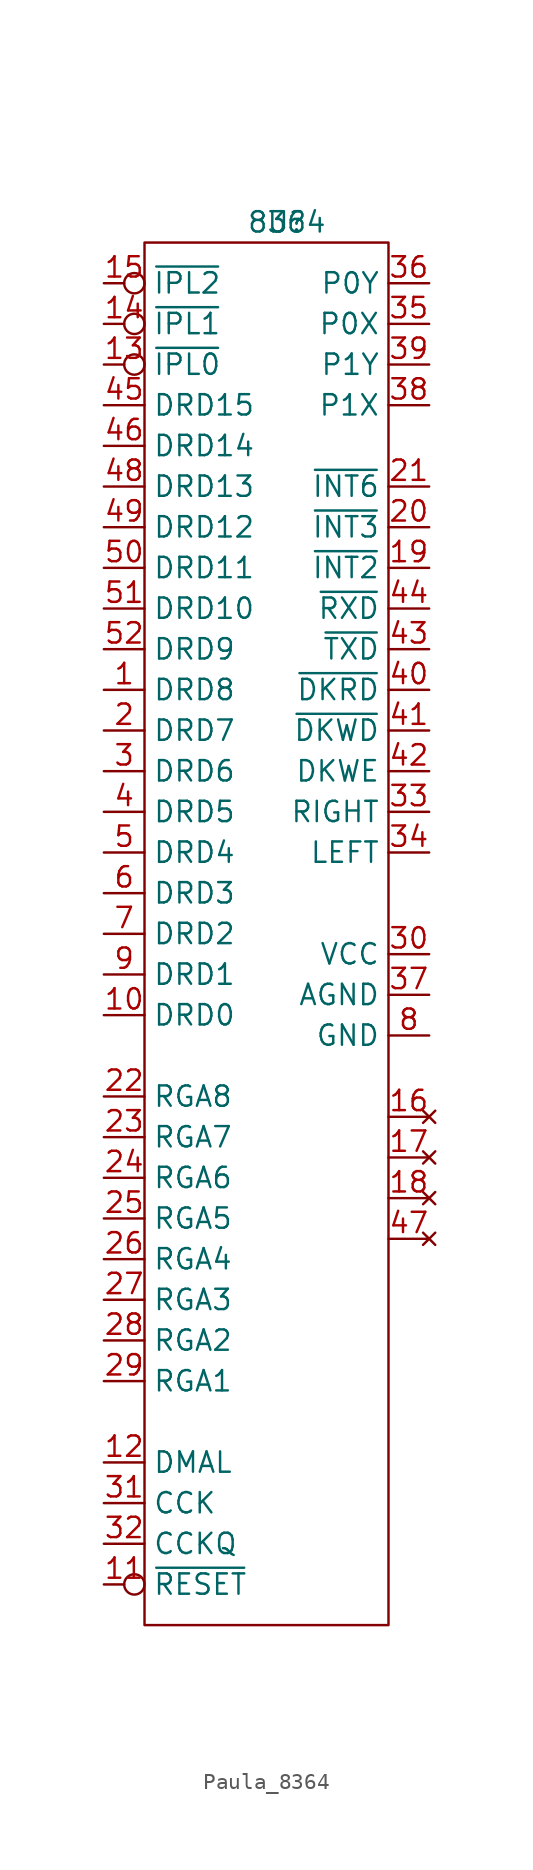
<source format=kicad_sym>
(kicad_symbol_lib
  (version 20241209)
  (generator "kicad_symbol_editor")
  (generator_version "9.0")
  (symbol "Paula_8364"
    (property "Reference" "U"
      (at 0 0 0)
      (effects (font (size 1.27 1.27))))
    (property "Value" "8364"
      (at 0 0 0)
      (effects (font (size 1.27 1.27))))
    (symbol "Paula_8364_0_1"
      (rectangle (start -8.89 -1.27) (end 6.35 -87.63) (stroke (width 0) (type default)) (fill (type none))))
    (symbol "Paula_8364_1_1"
      (pin output inverted (at -11.43 -3.81 0) (length 2.54) (name "~{IPL2}" (effects (font (size 1.27 1.27)))) (number "15" (effects (font (size 1.27 1.27)))))
      (pin output inverted (at -11.43 -6.35 0) (length 2.54) (name "~{IPL1}" (effects (font (size 1.27 1.27)))) (number "14" (effects (font (size 1.27 1.27)))))
      (pin output inverted (at -11.43 -8.89 0) (length 2.54) (name "~{IPL0}" (effects (font (size 1.27 1.27)))) (number "13" (effects (font (size 1.27 1.27)))))
      (pin bidirectional line (at -11.43 -11.43 0) (length 2.54) (name "DRD15" (effects (font (size 1.27 1.27)))) (number "45" (effects (font (size 1.27 1.27)))))
      (pin bidirectional line (at -11.43 -13.97 0) (length 2.54) (name "DRD14" (effects (font (size 1.27 1.27)))) (number "46" (effects (font (size 1.27 1.27)))))
      (pin bidirectional line (at -11.43 -16.51 0) (length 2.54) (name "DRD13" (effects (font (size 1.27 1.27)))) (number "48" (effects (font (size 1.27 1.27)))))
      (pin bidirectional line (at -11.43 -19.05 0) (length 2.54) (name "DRD12" (effects (font (size 1.27 1.27)))) (number "49" (effects (font (size 1.27 1.27)))))
      (pin bidirectional line (at -11.43 -21.59 0) (length 2.54) (name "DRD11" (effects (font (size 1.27 1.27)))) (number "50" (effects (font (size 1.27 1.27)))))
      (pin bidirectional line (at -11.43 -24.13 0) (length 2.54) (name "DRD10" (effects (font (size 1.27 1.27)))) (number "51" (effects (font (size 1.27 1.27)))))
      (pin bidirectional line (at -11.43 -26.67 0) (length 2.54) (name "DRD9" (effects (font (size 1.27 1.27)))) (number "52" (effects (font (size 1.27 1.27)))))
      (pin bidirectional line (at -11.43 -29.21 0) (length 2.54) (name "DRD8" (effects (font (size 1.27 1.27)))) (number "1" (effects (font (size 1.27 1.27)))))
      (pin bidirectional line (at -11.43 -31.75 0) (length 2.54) (name "DRD7" (effects (font (size 1.27 1.27)))) (number "2" (effects (font (size 1.27 1.27)))))
      (pin bidirectional line (at -11.43 -34.29 0) (length 2.54) (name "DRD6" (effects (font (size 1.27 1.27)))) (number "3" (effects (font (size 1.27 1.27)))))
      (pin bidirectional line (at -11.43 -36.83 0) (length 2.54) (name "DRD5" (effects (font (size 1.27 1.27)))) (number "4" (effects (font (size 1.27 1.27)))))
      (pin bidirectional line (at -11.43 -39.37 0) (length 2.54) (name "DRD4" (effects (font (size 1.27 1.27)))) (number "5" (effects (font (size 1.27 1.27)))))
      (pin bidirectional line (at -11.43 -41.91 0) (length 2.54) (name "DRD3" (effects (font (size 1.27 1.27)))) (number "6" (effects (font (size 1.27 1.27)))))
      (pin bidirectional line (at -11.43 -44.45 0) (length 2.54) (name "DRD2" (effects (font (size 1.27 1.27)))) (number "7" (effects (font (size 1.27 1.27)))))
      (pin bidirectional line (at -11.43 -46.99 0) (length 2.54) (name "DRD1" (effects (font (size 1.27 1.27)))) (number "9" (effects (font (size 1.27 1.27)))))
      (pin bidirectional line (at -11.43 -49.53 0) (length 2.54) (name "DRD0" (effects (font (size 1.27 1.27)))) (number "10" (effects (font (size 1.27 1.27)))))
      (pin input line (at -11.43 -54.61 0) (length 2.54) (name "RGA8" (effects (font (size 1.27 1.27)))) (number "22" (effects (font (size 1.27 1.27)))))
      (pin input line (at -11.43 -57.15 0) (length 2.54) (name "RGA7" (effects (font (size 1.27 1.27)))) (number "23" (effects (font (size 1.27 1.27)))))
      (pin input line (at -11.43 -59.69 0) (length 2.54) (name "RGA6" (effects (font (size 1.27 1.27)))) (number "24" (effects (font (size 1.27 1.27)))))
      (pin input line (at -11.43 -62.23 0) (length 2.54) (name "RGA5" (effects (font (size 1.27 1.27)))) (number "25" (effects (font (size 1.27 1.27)))))
      (pin input line (at -11.43 -64.77 0) (length 2.54) (name "RGA4" (effects (font (size 1.27 1.27)))) (number "26" (effects (font (size 1.27 1.27)))))
      (pin input line (at -11.43 -67.31 0) (length 2.54) (name "RGA3" (effects (font (size 1.27 1.27)))) (number "27" (effects (font (size 1.27 1.27)))))
      (pin input line (at -11.43 -69.85 0) (length 2.54) (name "RGA2" (effects (font (size 1.27 1.27)))) (number "28" (effects (font (size 1.27 1.27)))))
      (pin input line (at -11.43 -72.39 0) (length 2.54) (name "RGA1" (effects (font (size 1.27 1.27)))) (number "29" (effects (font (size 1.27 1.27)))))
      (pin output line (at -11.43 -77.47 0) (length 2.54) (name "DMAL" (effects (font (size 1.27 1.27)))) (number "12" (effects (font (size 1.27 1.27)))))
      (pin input line (at -11.43 -80.01 0) (length 2.54) (name "CCK" (effects (font (size 1.27 1.27)))) (number "31" (effects (font (size 1.27 1.27)))))
      (pin input line (at -11.43 -82.55 0) (length 2.54) (name "CCKQ" (effects (font (size 1.27 1.27)))) (number "32" (effects (font (size 1.27 1.27)))))
      (pin input inverted (at -11.43 -85.09 0) (length 2.54) (name "~{RESET}" (effects (font (size 1.27 1.27)))) (number "11" (effects (font (size 1.27 1.27)))))
      (pin input line (at 8.89 -3.81 180) (length 2.54) (name "P0Y" (effects (font (size 1.27 1.27)))) (number "36" (effects (font (size 1.27 1.27)))))
      (pin input line (at 8.89 -6.35 180) (length 2.54) (name "P0X" (effects (font (size 1.27 1.27)))) (number "35" (effects (font (size 1.27 1.27)))))
      (pin input line (at 8.89 -8.89 180) (length 2.54) (name "P1Y" (effects (font (size 1.27 1.27)))) (number "39" (effects (font (size 1.27 1.27)))))
      (pin input line (at 8.89 -11.43 180) (length 2.54) (name "P1X" (effects (font (size 1.27 1.27)))) (number "38" (effects (font (size 1.27 1.27)))))
      (pin input line (at 8.89 -16.51 180) (length 2.54) (name "~{INT6}" (effects (font (size 1.27 1.27)))) (number "21" (effects (font (size 1.27 1.27)))))
      (pin input line (at 8.89 -19.05 180) (length 2.54) (name "~{INT3}" (effects (font (size 1.27 1.27)))) (number "20" (effects (font (size 1.27 1.27)))))
      (pin input line (at 8.89 -21.59 180) (length 2.54) (name "~{INT2}" (effects (font (size 1.27 1.27)))) (number "19" (effects (font (size 1.27 1.27)))))
      (pin input line (at 8.89 -24.13 180) (length 2.54) (name "~{RXD}" (effects (font (size 1.27 1.27)))) (number "44" (effects (font (size 1.27 1.27)))))
      (pin output line (at 8.89 -26.67 180) (length 2.54) (name "~{TXD}" (effects (font (size 1.27 1.27)))) (number "43" (effects (font (size 1.27 1.27)))))
      (pin input line (at 8.89 -29.21 180) (length 2.54) (name "~{DKRD}" (effects (font (size 1.27 1.27)))) (number "40" (effects (font (size 1.27 1.27)))))
      (pin output line (at 8.89 -31.75 180) (length 2.54) (name "~{DKWD}" (effects (font (size 1.27 1.27)))) (number "41" (effects (font (size 1.27 1.27)))))
      (pin output line (at 8.89 -34.29 180) (length 2.54) (name "DKWE" (effects (font (size 1.27 1.27)))) (number "42" (effects (font (size 1.27 1.27)))))
      (pin output line (at 8.89 -36.83 180) (length 2.54) (name "RIGHT" (effects (font (size 1.27 1.27)))) (number "33" (effects (font (size 1.27 1.27)))))
      (pin output line (at 8.89 -39.37 180) (length 2.54) (name "LEFT" (effects (font (size 1.27 1.27)))) (number "34" (effects (font (size 1.27 1.27)))))
      (pin power_in line (at 8.89 -45.72 180) (length 2.54) (name "VCC" (effects (font (size 1.27 1.27)))) (number "30" (effects (font (size 1.27 1.27)))))
      (pin power_in line (at 8.89 -48.26 180) (length 2.54) (name "AGND" (effects (font (size 1.27 1.27)))) (number "37" (effects (font (size 1.27 1.27)))))
      (pin power_in line (at 8.89 -50.8 180) (length 2.54) (name "GND" (effects (font (size 1.27 1.27)))) (number "8" (effects (font (size 1.27 1.27)))))
      (pin no_connect line (at 8.89 -55.88 180) (length 2.54) (name "" (effects (font (size 1.27 1.27)))) (number "16" (effects (font (size 1.27 1.27)))))
      (pin no_connect line (at 8.89 -58.42 180) (length 2.54) (name "" (effects (font (size 1.27 1.27)))) (number "17" (effects (font (size 1.27 1.27)))))
      (pin no_connect line (at 8.89 -60.96 180) (length 2.54) (name "" (effects (font (size 1.27 1.27)))) (number "18" (effects (font (size 1.27 1.27)))))
      (pin no_connect line (at 8.89 -63.5 180) (length 2.54) (name "" (effects (font (size 1.27 1.27)))) (number "47" (effects (font (size 1.27 1.27))))))))
</source>
